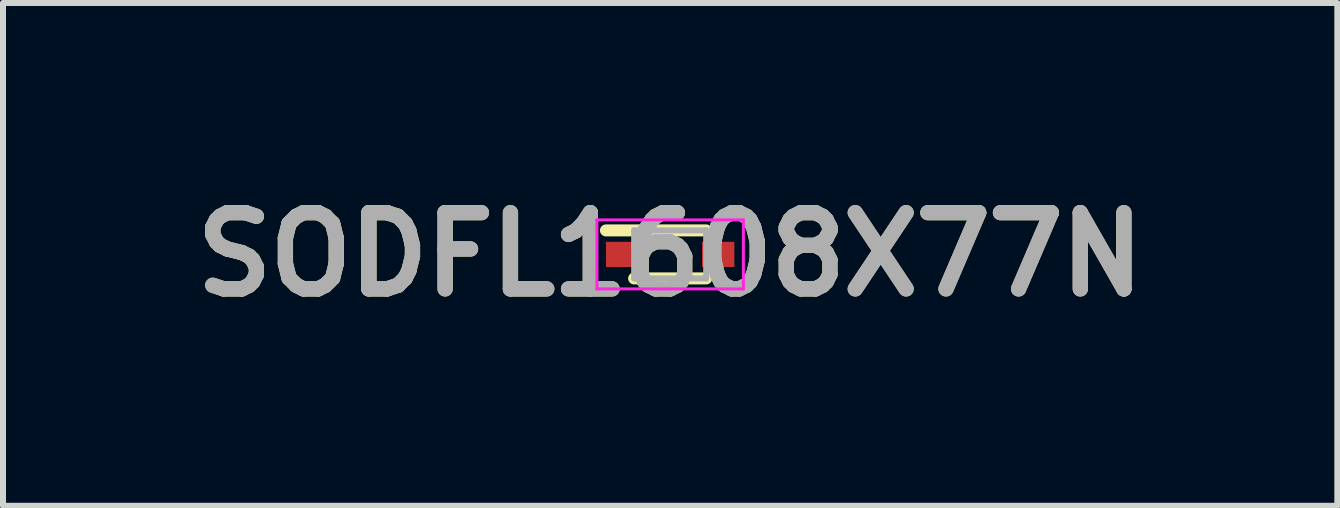
<source format=kicad_pcb>
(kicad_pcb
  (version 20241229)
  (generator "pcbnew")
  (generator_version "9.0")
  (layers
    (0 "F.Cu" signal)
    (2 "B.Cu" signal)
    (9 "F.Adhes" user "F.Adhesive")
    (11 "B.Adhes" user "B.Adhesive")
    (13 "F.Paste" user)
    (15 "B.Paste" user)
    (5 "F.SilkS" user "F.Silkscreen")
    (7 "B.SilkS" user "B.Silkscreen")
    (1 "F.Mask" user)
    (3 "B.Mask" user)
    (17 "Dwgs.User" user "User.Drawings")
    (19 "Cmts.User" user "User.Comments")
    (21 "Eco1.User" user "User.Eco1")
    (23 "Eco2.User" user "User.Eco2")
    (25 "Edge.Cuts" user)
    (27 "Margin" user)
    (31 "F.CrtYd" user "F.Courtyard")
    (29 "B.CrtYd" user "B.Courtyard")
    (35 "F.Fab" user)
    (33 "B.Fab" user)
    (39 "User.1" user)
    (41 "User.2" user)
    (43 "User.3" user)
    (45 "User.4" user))
  (footprint "SODFL1608X77N"
    (layer "F.Cu")
    (at 8.116 1.189)
    (property "Reference" "SODFL1608X77N" (at 0 0 0) (layer "F.SilkS") (effects (font (size 1.27 1.27) (thickness 0.254))))
    (attr smd)
    (fp_line (start -1.07 -0.4) (end 0.6 -0.4) (stroke (width 0.2) (type solid)) (layer "F.SilkS"))
    (fp_line (start -0.6 0.4) (end 0.6 0.4) (stroke (width 0.2) (type solid)) (layer "F.SilkS"))
    (fp_line (start -1.22 -0.575) (end 1.22 -0.575) (stroke (width 0.05) (type solid)) (layer "F.CrtYd"))
    (fp_line (start -1.22 0.575) (end -1.22 -0.575) (stroke (width 0.05) (type solid)) (layer "F.CrtYd"))
    (fp_line (start 1.22 -0.575) (end 1.22 0.575) (stroke (width 0.05) (type solid)) (layer "F.CrtYd"))
    (fp_line (start 1.22 0.575) (end -1.22 0.575) (stroke (width 0.05) (type solid)) (layer "F.CrtYd"))
    (fp_line (start -0.6 -0.4) (end 0.6 -0.4) (stroke (width 0.1) (type solid)) (layer "F.Fab"))
    (fp_line (start -0.6 -0.13) (end -0.33 -0.4) (stroke (width 0.1) (type solid)) (layer "F.Fab"))
    (fp_line (start -0.6 0.4) (end -0.6 -0.4) (stroke (width 0.1) (type solid)) (layer "F.Fab"))
    (fp_line (start 0.6 -0.4) (end 0.6 0.4) (stroke (width 0.1) (type solid)) (layer "F.Fab"))
    (fp_line (start 0.6 0.4) (end -0.6 0.4) (stroke (width 0.1) (type solid)) (layer "F.Fab"))
    (fp_text user "${REFERENCE}" (at 0 0 0) (layer "F.Fab") (effects (font (size 1.27 1.27) (thickness 0.254))))
    (pad "1" smd rect (at -0.8 0 90) (size 0.42 0.54) (layers "F.Cu" "F.Mask" "F.Paste"))
    (pad "2" smd rect (at 0.8 0 90) (size 0.42 0.54) (layers "F.Cu" "F.Mask" "F.Paste")))
  (gr_rect
    (start -3 -3)
    (end 19.232 5.377)
    (stroke (width 0.1) (type default))
    (fill no)
    (layer "Edge.Cuts")))
</source>
